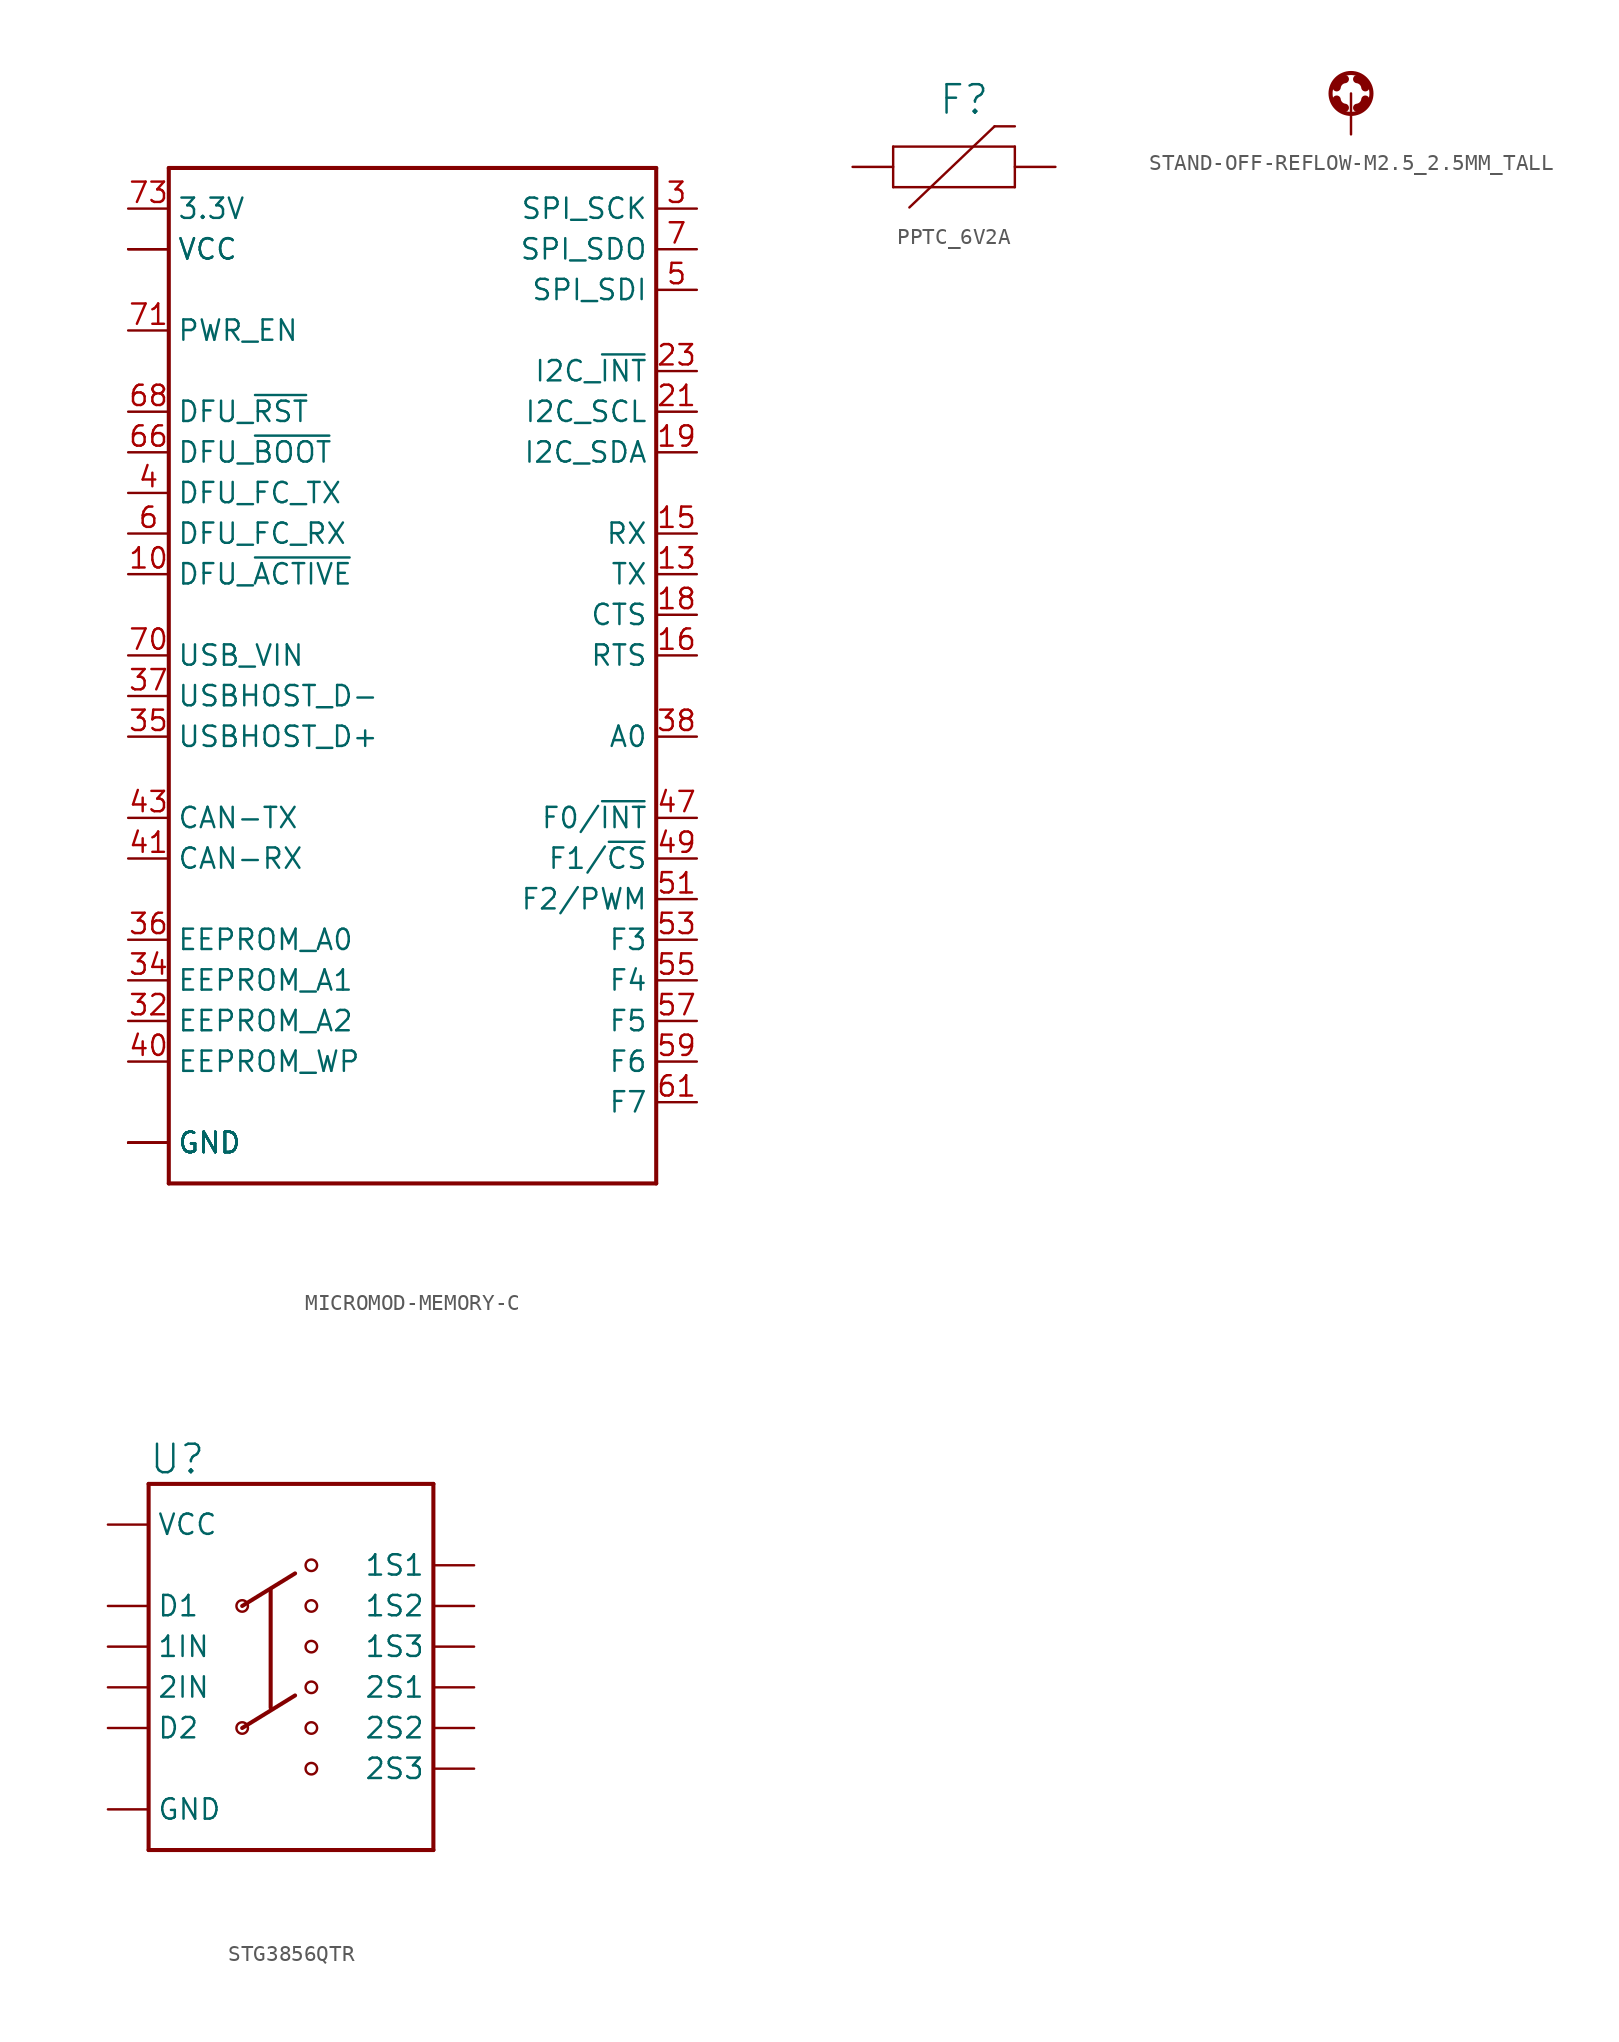
<source format=kicad_sym>
(kicad_symbol_lib
  (version 20241209)
  (generator "kicad_symbol_editor")
  (generator_version "9.0")
  (symbol "MICROMOD-MEMORY-C"
    (property "Reference" "J"
      (at -15.24 28.448 0)
      (effects (font (size 1.778 1.511)) (justify left bottom) (hide yes)))
    (symbol "MICROMOD-MEMORY-C_1_0"
      (polyline (pts (xy -15.24 27.94) (xy 15.24 27.94)) (stroke (width 0.254) (type solid)) (fill (type none)))
      (polyline (pts (xy -15.24 -35.56) (xy -15.24 27.94)) (stroke (width 0.254) (type solid)) (fill (type none)))
      (polyline (pts (xy 15.24 27.94) (xy 15.24 -35.56)) (stroke (width 0.254) (type solid)) (fill (type none)))
      (polyline (pts (xy 15.24 -35.56) (xy -15.24 -35.56)) (stroke (width 0.254) (type solid)) (fill (type none)))
      (pin bidirectional line (at -17.78 25.4 0) (length 2.54) (name "3.3V" (effects (font (size 1.27 1.27)))) (number "73" (effects (font (size 1.27 1.27)))))
      (pin bidirectional line (at -17.78 22.86 0) (length 2.54) (name "VCC" (effects (font (size 1.27 1.27)))) (number "72" (effects (font (size 0 0)))))
      (pin bidirectional line (at -17.78 22.86 0) (length 2.54) (name "VCC" (effects (font (size 1.27 1.27)))) (number "74" (effects (font (size 0 0)))))
      (pin bidirectional line (at -17.78 17.78 0) (length 2.54) (name "PWR_EN" (effects (font (size 1.27 1.27)))) (number "71" (effects (font (size 1.27 1.27)))))
      (pin bidirectional line (at -17.78 12.7 0) (length 2.54) (name "DFU_~{RST}" (effects (font (size 1.27 1.27)))) (number "68" (effects (font (size 1.27 1.27)))))
      (pin bidirectional line (at -17.78 10.16 0) (length 2.54) (name "DFU_~{BOOT}" (effects (font (size 1.27 1.27)))) (number "66" (effects (font (size 1.27 1.27)))))
      (pin bidirectional line (at -17.78 7.62 0) (length 2.54) (name "DFU_FC_TX" (effects (font (size 1.27 1.27)))) (number "4" (effects (font (size 1.27 1.27)))))
      (pin bidirectional line (at -17.78 5.08 0) (length 2.54) (name "DFU_FC_RX" (effects (font (size 1.27 1.27)))) (number "6" (effects (font (size 1.27 1.27)))))
      (pin bidirectional line (at -17.78 2.54 0) (length 2.54) (name "DFU_~{ACTIVE}" (effects (font (size 1.27 1.27)))) (number "10" (effects (font (size 1.27 1.27)))))
      (pin bidirectional line (at -17.78 -2.54 0) (length 2.54) (name "USB_VIN" (effects (font (size 1.27 1.27)))) (number "70" (effects (font (size 1.27 1.27)))))
      (pin bidirectional line (at -17.78 -5.08 0) (length 2.54) (name "USBHOST_D-" (effects (font (size 1.27 1.27)))) (number "37" (effects (font (size 1.27 1.27)))))
      (pin bidirectional line (at -17.78 -7.62 0) (length 2.54) (name "USBHOST_D+" (effects (font (size 1.27 1.27)))) (number "35" (effects (font (size 1.27 1.27)))))
      (pin bidirectional line (at -17.78 -12.7 0) (length 2.54) (name "CAN-TX" (effects (font (size 1.27 1.27)))) (number "43" (effects (font (size 1.27 1.27)))))
      (pin bidirectional line (at -17.78 -15.24 0) (length 2.54) (name "CAN-RX" (effects (font (size 1.27 1.27)))) (number "41" (effects (font (size 1.27 1.27)))))
      (pin bidirectional line (at -17.78 -20.32 0) (length 2.54) (name "EEPROM_A0" (effects (font (size 1.27 1.27)))) (number "36" (effects (font (size 1.27 1.27)))))
      (pin bidirectional line (at -17.78 -22.86 0) (length 2.54) (name "EEPROM_A1" (effects (font (size 1.27 1.27)))) (number "34" (effects (font (size 1.27 1.27)))))
      (pin bidirectional line (at -17.78 -25.4 0) (length 2.54) (name "EEPROM_A2" (effects (font (size 1.27 1.27)))) (number "32" (effects (font (size 1.27 1.27)))))
      (pin bidirectional line (at -17.78 -27.94 0) (length 2.54) (name "EEPROM_WP" (effects (font (size 1.27 1.27)))) (number "40" (effects (font (size 1.27 1.27)))))
      (pin bidirectional line (at -17.78 -33.02 0) (length 2.54) (name "GND" (effects (font (size 1.27 1.27)))) (number "1" (effects (font (size 0 0)))))
      (pin bidirectional line (at -17.78 -33.02 0) (length 2.54) (name "GND" (effects (font (size 1.27 1.27)))) (number "2" (effects (font (size 0 0)))))
      (pin bidirectional line (at -17.78 -33.02 0) (length 2.54) (name "GND" (effects (font (size 1.27 1.27)))) (number "33" (effects (font (size 0 0)))))
      (pin bidirectional line (at -17.78 -33.02 0) (length 2.54) (name "GND" (effects (font (size 1.27 1.27)))) (number "39" (effects (font (size 0 0)))))
      (pin bidirectional line (at -17.78 -33.02 0) (length 2.54) (name "GND" (effects (font (size 1.27 1.27)))) (number "45" (effects (font (size 0 0)))))
      (pin bidirectional line (at -17.78 -33.02 0) (length 2.54) (name "GND" (effects (font (size 1.27 1.27)))) (number "75" (effects (font (size 0 0)))))
      (pin bidirectional line (at -17.78 -33.02 0) (length 2.54) (name "GND" (effects (font (size 1.27 1.27)))) (number "8" (effects (font (size 0 0)))))
      (pin bidirectional line (at 17.78 25.4 180) (length 2.54) (name "SPI_SCK" (effects (font (size 1.27 1.27)))) (number "3" (effects (font (size 1.27 1.27)))))
      (pin bidirectional line (at 17.78 22.86 180) (length 2.54) (name "SPI_SDO" (effects (font (size 1.27 1.27)))) (number "7" (effects (font (size 1.27 1.27)))))
      (pin bidirectional line (at 17.78 20.32 180) (length 2.54) (name "SPI_SDI" (effects (font (size 1.27 1.27)))) (number "5" (effects (font (size 1.27 1.27)))))
      (pin bidirectional line (at 17.78 15.24 180) (length 2.54) (name "I2C_~{INT}" (effects (font (size 1.27 1.27)))) (number "23" (effects (font (size 1.27 1.27)))))
      (pin bidirectional line (at 17.78 12.7 180) (length 2.54) (name "I2C_SCL" (effects (font (size 1.27 1.27)))) (number "21" (effects (font (size 1.27 1.27)))))
      (pin bidirectional line (at 17.78 10.16 180) (length 2.54) (name "I2C_SDA" (effects (font (size 1.27 1.27)))) (number "19" (effects (font (size 1.27 1.27)))))
      (pin bidirectional line (at 17.78 5.08 180) (length 2.54) (name "RX" (effects (font (size 1.27 1.27)))) (number "15" (effects (font (size 1.27 1.27)))))
      (pin bidirectional line (at 17.78 2.54 180) (length 2.54) (name "TX" (effects (font (size 1.27 1.27)))) (number "13" (effects (font (size 1.27 1.27)))))
      (pin bidirectional line (at 17.78 0 180) (length 2.54) (name "CTS" (effects (font (size 1.27 1.27)))) (number "18" (effects (font (size 1.27 1.27)))))
      (pin bidirectional line (at 17.78 -2.54 180) (length 2.54) (name "RTS" (effects (font (size 1.27 1.27)))) (number "16" (effects (font (size 1.27 1.27)))))
      (pin bidirectional line (at 17.78 -7.62 180) (length 2.54) (name "A0" (effects (font (size 1.27 1.27)))) (number "38" (effects (font (size 1.27 1.27)))))
      (pin bidirectional line (at 17.78 -12.7 180) (length 2.54) (name "F0/~{INT}" (effects (font (size 1.27 1.27)))) (number "47" (effects (font (size 1.27 1.27)))))
      (pin bidirectional line (at 17.78 -15.24 180) (length 2.54) (name "F1/~{CS}" (effects (font (size 1.27 1.27)))) (number "49" (effects (font (size 1.27 1.27)))))
      (pin bidirectional line (at 17.78 -17.78 180) (length 2.54) (name "F2/PWM" (effects (font (size 1.27 1.27)))) (number "51" (effects (font (size 1.27 1.27)))))
      (pin bidirectional line (at 17.78 -20.32 180) (length 2.54) (name "F3" (effects (font (size 1.27 1.27)))) (number "53" (effects (font (size 1.27 1.27)))))
      (pin bidirectional line (at 17.78 -22.86 180) (length 2.54) (name "F4" (effects (font (size 1.27 1.27)))) (number "55" (effects (font (size 1.27 1.27)))))
      (pin bidirectional line (at 17.78 -25.4 180) (length 2.54) (name "F5" (effects (font (size 1.27 1.27)))) (number "57" (effects (font (size 1.27 1.27)))))
      (pin bidirectional line (at 17.78 -27.94 180) (length 2.54) (name "F6" (effects (font (size 1.27 1.27)))) (number "59" (effects (font (size 1.27 1.27)))))
      (pin bidirectional line (at 17.78 -30.48 180) (length 2.54) (name "F7" (effects (font (size 1.27 1.27)))) (number "61" (effects (font (size 1.27 1.27)))))))
  (symbol "PPTC_6V2A"
    (property "Reference" "F"
      (at 1.905 3.175 0)
      (effects (font (size 1.778 1.778)) (justify bottom)))
    (symbol "PPTC_6V2A_1_0"
      (polyline (pts (xy -2.54 1.27) (xy 5.08 1.27)) (stroke (width 0.152) (type solid)) (fill (type none)))
      (polyline (pts (xy -2.54 -1.27) (xy -2.54 1.27)) (stroke (width 0.152) (type solid)) (fill (type none)))
      (polyline (pts (xy -1.524 -2.54) (xy 3.81 2.54)) (stroke (width 0.152) (type solid)) (fill (type none)))
      (polyline (pts (xy 3.81 2.54) (xy 5.08 2.54)) (stroke (width 0.152) (type solid)) (fill (type none)))
      (polyline (pts (xy 5.08 1.27) (xy 5.08 -1.27)) (stroke (width 0.152) (type solid)) (fill (type none)))
      (polyline (pts (xy 5.08 -1.27) (xy -2.54 -1.27)) (stroke (width 0.152) (type solid)) (fill (type none)))
      (pin bidirectional line (at -5.08 0 0) (length 2.54) (name "1" (effects (font (size 0 0)))) (number "1" (effects (font (size 0 0)))))
      (pin bidirectional line (at 7.62 0 180) (length 2.54) (name "2" (effects (font (size 0 0)))) (number "2" (effects (font (size 0 0)))))))
  (symbol "STAND-OFF-REFLOW-M2.5_2.5MM_TALL"
    (property "Reference" "H"
      (at -2.54 2.54 0)
      (effects (font (size 1.778 1.511)) (justify left bottom) (hide yes)))
    (symbol "STAND-OFF-REFLOW-M2.5_2.5MM_TALL_1_0"
      (arc (start -0.889 0.381) (mid -0.7224 0.7224) (end -0.3809 0.889) (stroke (width 0.508) (type solid)) (fill (type none)))
      (arc (start -0.381 -0.889) (mid -0.7224 -0.7224) (end -0.889 -0.3809) (stroke (width 0.508) (type solid)) (fill (type none)))
      (circle (center 0 0) (radius 1.27) (stroke (width 0.254) (type solid)) (fill (type none)))
      (arc (start 0.381 0.889) (mid 0.7224 0.7224) (end 0.889 0.3809) (stroke (width 0.508) (type solid)) (fill (type none)))
      (arc (start 0.889 -0.381) (mid 0.7224 -0.7224) (end 0.3809 -0.889) (stroke (width 0.508) (type solid)) (fill (type none)))
      (pin bidirectional line (at 0 -2.54 90) (length 2.54) (name "1" (effects (font (size 0 0)))) (number "1" (effects (font (size 0 0)))))))
  (symbol "STG3856QTR"
    (property "Reference" "U"
      (at -7.62 13.208 0)
      (effects (font (size 1.778 1.778)) (justify left bottom)))
    (property "Value" ""
      (at -7.62 -12.7 0)
      (effects (font (size 1.778 1.778)) (justify left bottom)))
    (property "ki_locked" ""
      (at 0 0 0)
      (effects (font (size 1.27 1.27))))
    (symbol "STG3856QTR_1_0"
      (polyline (pts (xy -7.62 12.7) (xy 10.16 12.7)) (stroke (width 0.254) (type solid)) (fill (type none)))
      (polyline (pts (xy -7.62 -10.16) (xy -7.62 12.7)) (stroke (width 0.254) (type solid)) (fill (type none)))
      (circle (center -1.778 5.08) (radius 0.359) (stroke (width 0) (type solid)) (fill (type none)))
      (polyline (pts (xy -1.778 5.08) (xy 1.524 7.112)) (stroke (width 0.254) (type solid)) (fill (type none)))
      (circle (center -1.778 -2.54) (radius 0.359) (stroke (width 0) (type solid)) (fill (type none)))
      (polyline (pts (xy -1.778 -2.54) (xy 1.524 -0.508)) (stroke (width 0.254) (type solid)) (fill (type none)))
      (polyline (pts (xy 0 6.096) (xy 0 -1.27)) (stroke (width 0.254) (type solid)) (fill (type none)))
      (circle (center 2.54 7.62) (radius 0.359) (stroke (width 0) (type solid)) (fill (type none)))
      (circle (center 2.54 5.08) (radius 0.359) (stroke (width 0) (type solid)) (fill (type none)))
      (circle (center 2.54 2.54) (radius 0.359) (stroke (width 0) (type solid)) (fill (type none)))
      (circle (center 2.54 0) (radius 0.359) (stroke (width 0) (type solid)) (fill (type none)))
      (circle (center 2.54 -2.54) (radius 0.359) (stroke (width 0) (type solid)) (fill (type none)))
      (circle (center 2.54 -5.08) (radius 0.359) (stroke (width 0) (type solid)) (fill (type none)))
      (polyline (pts (xy 10.16 12.7) (xy 10.16 -10.16)) (stroke (width 0.254) (type solid)) (fill (type none)))
      (polyline (pts (xy 10.16 -10.16) (xy -7.62 -10.16)) (stroke (width 0.254) (type solid)) (fill (type none)))
      (pin power_in line (at -10.16 10.16 0) (length 2.54) (name "VCC" (effects (font (size 1.27 1.27)))) (number "P11" (effects (font (size 0 0)))))
      (pin bidirectional line (at -10.16 5.08 0) (length 2.54) (name "D1" (effects (font (size 1.27 1.27)))) (number "P4" (effects (font (size 0 0)))))
      (pin bidirectional line (at -10.16 2.54 0) (length 2.54) (name "1IN" (effects (font (size 1.27 1.27)))) (number "P12" (effects (font (size 0 0)))))
      (pin bidirectional line (at -10.16 0 0) (length 2.54) (name "2IN" (effects (font (size 1.27 1.27)))) (number "P10" (effects (font (size 0 0)))))
      (pin bidirectional line (at -10.16 -2.54 0) (length 2.54) (name "D2" (effects (font (size 1.27 1.27)))) (number "P6" (effects (font (size 0 0)))))
      (pin power_in line (at -10.16 -7.62 0) (length 2.54) (name "GND" (effects (font (size 1.27 1.27)))) (number "P5" (effects (font (size 0 0)))))
      (pin bidirectional line (at 12.7 7.62 180) (length 2.54) (name "1S1" (effects (font (size 1.27 1.27)))) (number "P1" (effects (font (size 0 0)))))
      (pin bidirectional line (at 12.7 5.08 180) (length 2.54) (name "1S2" (effects (font (size 1.27 1.27)))) (number "P2" (effects (font (size 0 0)))))
      (pin bidirectional line (at 12.7 2.54 180) (length 2.54) (name "1S3" (effects (font (size 1.27 1.27)))) (number "P3" (effects (font (size 0 0)))))
      (pin bidirectional line (at 12.7 0 180) (length 2.54) (name "2S1" (effects (font (size 1.27 1.27)))) (number "P9" (effects (font (size 0 0)))))
      (pin bidirectional line (at 12.7 -2.54 180) (length 2.54) (name "2S2" (effects (font (size 1.27 1.27)))) (number "P8" (effects (font (size 0 0)))))
      (pin bidirectional line (at 12.7 -5.08 180) (length 2.54) (name "2S3" (effects (font (size 1.27 1.27)))) (number "P7" (effects (font (size 0 0))))))))
</source>
